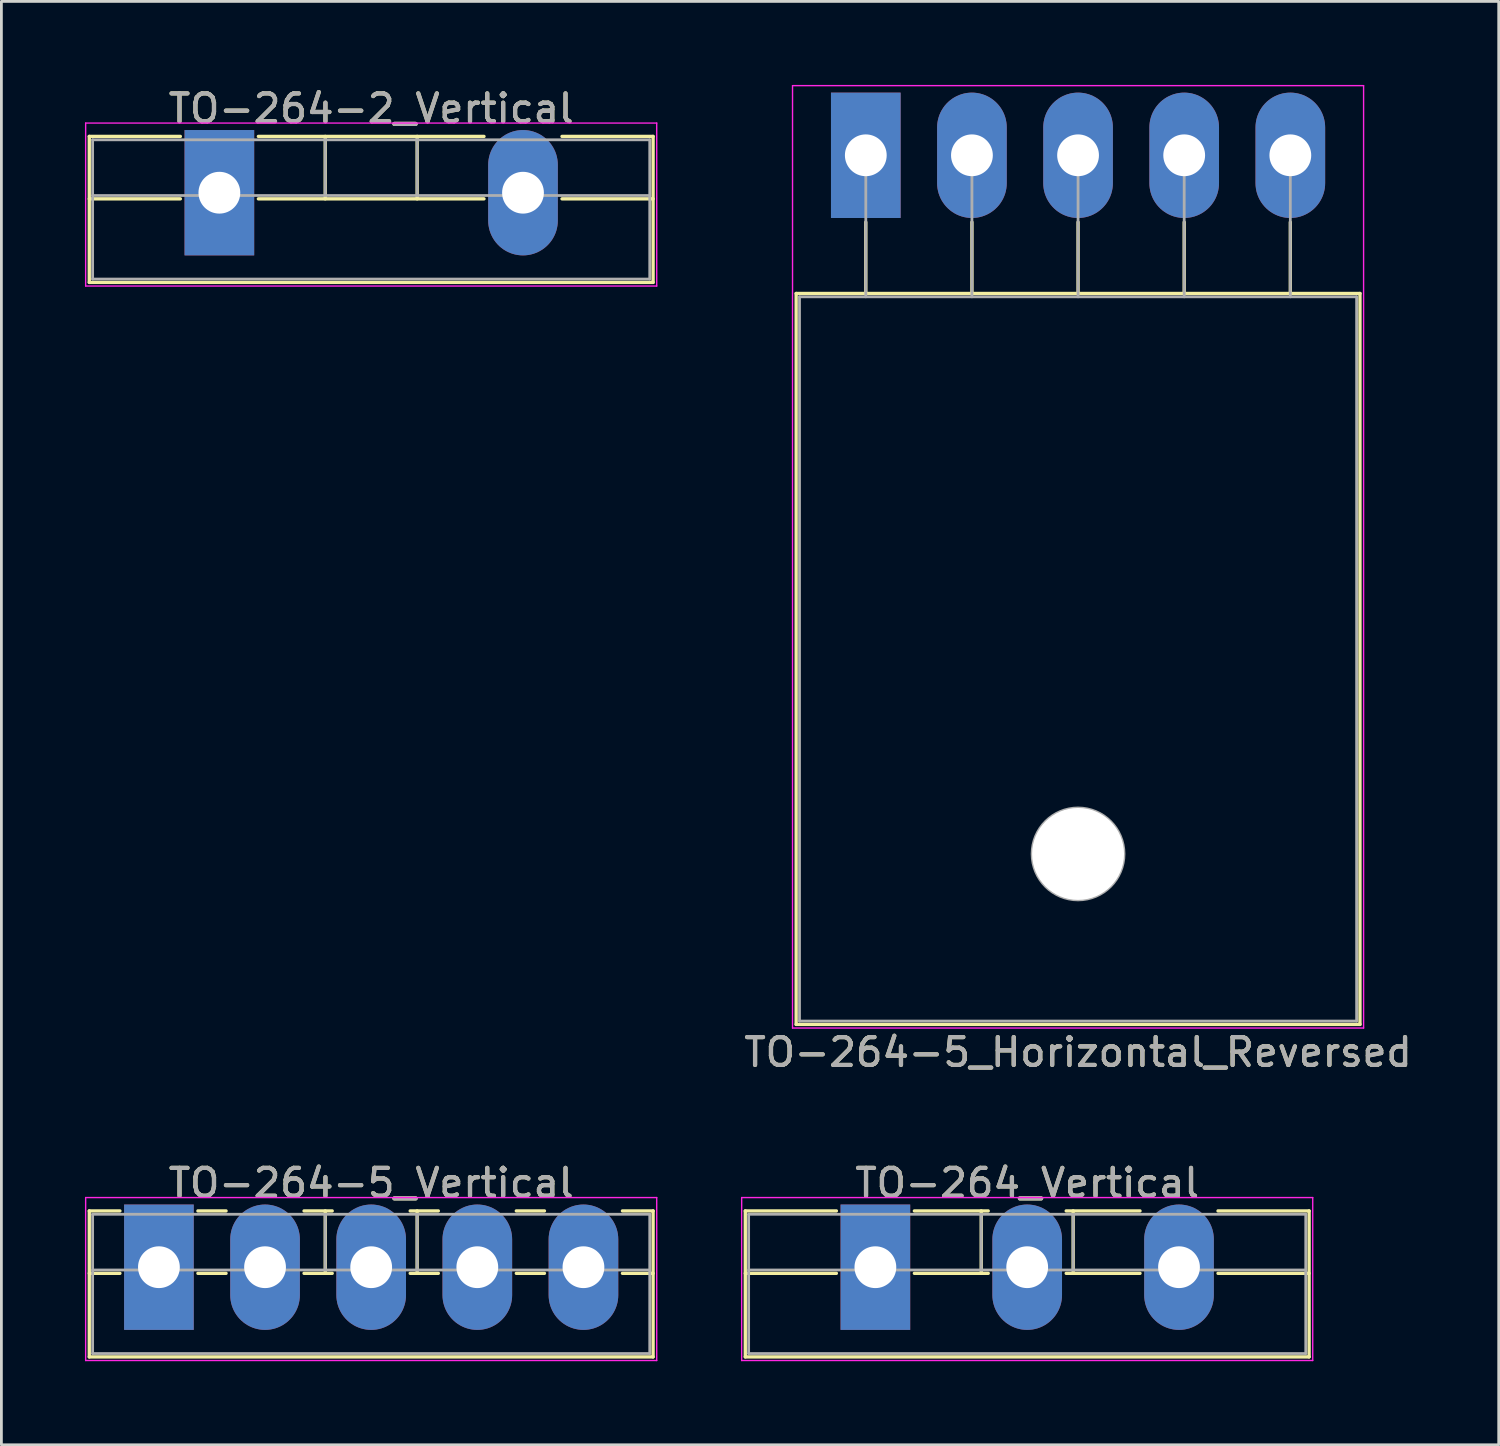
<source format=kicad_pcb>
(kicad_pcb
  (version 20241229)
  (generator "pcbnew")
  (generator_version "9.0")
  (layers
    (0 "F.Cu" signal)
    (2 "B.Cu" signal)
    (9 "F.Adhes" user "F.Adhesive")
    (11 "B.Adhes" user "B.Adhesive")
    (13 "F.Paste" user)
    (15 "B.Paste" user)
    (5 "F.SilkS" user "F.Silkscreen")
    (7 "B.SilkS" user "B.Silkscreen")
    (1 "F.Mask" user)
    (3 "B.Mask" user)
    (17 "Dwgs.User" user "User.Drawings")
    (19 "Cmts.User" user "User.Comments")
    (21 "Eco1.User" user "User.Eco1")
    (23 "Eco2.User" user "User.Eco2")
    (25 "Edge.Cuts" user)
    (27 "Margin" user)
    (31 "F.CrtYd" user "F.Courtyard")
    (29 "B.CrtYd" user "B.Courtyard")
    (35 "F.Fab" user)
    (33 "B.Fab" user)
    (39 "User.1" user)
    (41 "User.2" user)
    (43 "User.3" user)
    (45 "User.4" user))
  (footprint "TO-264-5_Vertical"
    (layer "F.Cu")
    (at 2.655 42.441)
    (property "Reference" "TO-264-5_Vertical" (at 7.62 -3.02 0) (layer "F.SilkS") (effects (font (size 1 1) (thickness 0.15))))
    (attr through_hole)
    (fp_line (start -2.5 -2.021) (end -2.5 3.22) (stroke (width 0.12) (type solid)) (layer "F.SilkS"))
    (fp_line (start -2.5 -2.021) (end -1.4 -2.021) (stroke (width 0.12) (type solid)) (layer "F.SilkS"))
    (fp_line (start -2.5 0.22) (end -1.4 0.22) (stroke (width 0.12) (type solid)) (layer "F.SilkS"))
    (fp_line (start -2.5 3.22) (end 17.74 3.22) (stroke (width 0.12) (type solid)) (layer "F.SilkS"))
    (fp_line (start 1.4 -2.021) (end 2.41 -2.021) (stroke (width 0.12) (type solid)) (layer "F.SilkS"))
    (fp_line (start 1.4 0.22) (end 2.41 0.22) (stroke (width 0.12) (type solid)) (layer "F.SilkS"))
    (fp_line (start 5.21 -2.021) (end 6.221 -2.021) (stroke (width 0.12) (type solid)) (layer "F.SilkS"))
    (fp_line (start 5.21 0.22) (end 6.221 0.22) (stroke (width 0.12) (type solid)) (layer "F.SilkS"))
    (fp_line (start 5.971 -2.021) (end 5.971 0.22) (stroke (width 0.12) (type solid)) (layer "F.SilkS"))
    (fp_line (start 9.02 -2.021) (end 10.03 -2.021) (stroke (width 0.12) (type solid)) (layer "F.SilkS"))
    (fp_line (start 9.02 0.22) (end 10.03 0.22) (stroke (width 0.12) (type solid)) (layer "F.SilkS"))
    (fp_line (start 9.27 -2.021) (end 9.27 0.22) (stroke (width 0.12) (type solid)) (layer "F.SilkS"))
    (fp_line (start 12.83 -2.021) (end 13.84 -2.021) (stroke (width 0.12) (type solid)) (layer "F.SilkS"))
    (fp_line (start 12.83 0.22) (end 13.84 0.22) (stroke (width 0.12) (type solid)) (layer "F.SilkS"))
    (fp_line (start 16.64 -2.021) (end 17.74 -2.021) (stroke (width 0.12) (type solid)) (layer "F.SilkS"))
    (fp_line (start 16.64 0.22) (end 17.74 0.22) (stroke (width 0.12) (type solid)) (layer "F.SilkS"))
    (fp_line (start 17.74 -2.021) (end 17.74 3.22) (stroke (width 0.12) (type solid)) (layer "F.SilkS"))
    (fp_line (start -2.63 -2.5) (end -2.63 3.35) (stroke (width 0.05) (type solid)) (layer "F.CrtYd"))
    (fp_line (start -2.63 3.35) (end 17.87 3.35) (stroke (width 0.05) (type solid)) (layer "F.CrtYd"))
    (fp_line (start 17.87 -2.5) (end -2.63 -2.5) (stroke (width 0.05) (type solid)) (layer "F.CrtYd"))
    (fp_line (start 17.87 3.35) (end 17.87 -2.5) (stroke (width 0.05) (type solid)) (layer "F.CrtYd"))
    (fp_line (start -2.38 -1.9) (end -2.38 3.1) (stroke (width 0.1) (type solid)) (layer "F.Fab"))
    (fp_line (start -2.38 0.1) (end 17.62 0.1) (stroke (width 0.1) (type solid)) (layer "F.Fab"))
    (fp_line (start -2.38 3.1) (end 17.62 3.1) (stroke (width 0.1) (type solid)) (layer "F.Fab"))
    (fp_line (start 5.97 -1.9) (end 5.97 0.1) (stroke (width 0.1) (type solid)) (layer "F.Fab"))
    (fp_line (start 9.27 -1.9) (end 9.27 0.1) (stroke (width 0.1) (type solid)) (layer "F.Fab"))
    (fp_line (start 17.62 -1.9) (end -2.38 -1.9) (stroke (width 0.1) (type solid)) (layer "F.Fab"))
    (fp_line (start 17.62 3.1) (end 17.62 -1.9) (stroke (width 0.1) (type solid)) (layer "F.Fab"))
    (fp_text user "${REFERENCE}" (at 7.62 -3.02 0) (layer "F.Fab") (effects (font (size 1 1) (thickness 0.15))))
    (pad "1" thru_hole rect (at 0 0) (size 2.5 4.5) (drill 1.5) (layers "*.Cu" "*.Mask"))
    (pad "2" thru_hole oval (at 3.81 0) (size 2.5 4.5) (drill 1.5) (layers "*.Cu" "*.Mask"))
    (pad "3" thru_hole oval (at 7.62 0) (size 2.5 4.5) (drill 1.5) (layers "*.Cu" "*.Mask"))
    (pad "4" thru_hole oval (at 11.43 0) (size 2.5 4.5) (drill 1.5) (layers "*.Cu" "*.Mask"))
    (pad "5" thru_hole oval (at 15.24 0) (size 2.5 4.5) (drill 1.5) (layers "*.Cu" "*.Mask")))
  (footprint "TO-264_Vertical"
    (layer "F.Cu")
    (at 28.375 42.441)
    (property "Reference" "TO-264_Vertical" (at 5.45 -3.02 0) (layer "F.SilkS") (effects (font (size 1 1) (thickness 0.15))))
    (attr through_hole)
    (fp_line (start -4.67 -2.021) (end -4.67 3.22) (stroke (width 0.12) (type solid)) (layer "F.SilkS"))
    (fp_line (start -4.67 -2.021) (end -1.4 -2.021) (stroke (width 0.12) (type solid)) (layer "F.SilkS"))
    (fp_line (start -4.67 0.22) (end -1.4 0.22) (stroke (width 0.12) (type solid)) (layer "F.SilkS"))
    (fp_line (start -4.67 3.22) (end 15.57 3.22) (stroke (width 0.12) (type solid)) (layer "F.SilkS"))
    (fp_line (start 1.4 -2.021) (end 4.051 -2.021) (stroke (width 0.12) (type solid)) (layer "F.SilkS"))
    (fp_line (start 1.4 0.22) (end 4.051 0.22) (stroke (width 0.12) (type solid)) (layer "F.SilkS"))
    (fp_line (start 3.8 -2.021) (end 3.8 0.22) (stroke (width 0.12) (type solid)) (layer "F.SilkS"))
    (fp_line (start 6.85 -2.021) (end 9.5 -2.021) (stroke (width 0.12) (type solid)) (layer "F.SilkS"))
    (fp_line (start 6.85 0.22) (end 9.5 0.22) (stroke (width 0.12) (type solid)) (layer "F.SilkS"))
    (fp_line (start 7.1 -2.021) (end 7.1 0.22) (stroke (width 0.12) (type solid)) (layer "F.SilkS"))
    (fp_line (start 12.3 -2.021) (end 15.57 -2.021) (stroke (width 0.12) (type solid)) (layer "F.SilkS"))
    (fp_line (start 12.3 0.22) (end 15.57 0.22) (stroke (width 0.12) (type solid)) (layer "F.SilkS"))
    (fp_line (start 15.57 -2.021) (end 15.57 3.22) (stroke (width 0.12) (type solid)) (layer "F.SilkS"))
    (fp_line (start -4.8 -2.5) (end -4.8 3.35) (stroke (width 0.05) (type solid)) (layer "F.CrtYd"))
    (fp_line (start -4.8 3.35) (end 15.7 3.35) (stroke (width 0.05) (type solid)) (layer "F.CrtYd"))
    (fp_line (start 15.7 -2.5) (end -4.8 -2.5) (stroke (width 0.05) (type solid)) (layer "F.CrtYd"))
    (fp_line (start 15.7 3.35) (end 15.7 -2.5) (stroke (width 0.05) (type solid)) (layer "F.CrtYd"))
    (fp_line (start -4.55 -1.9) (end -4.55 3.1) (stroke (width 0.1) (type solid)) (layer "F.Fab"))
    (fp_line (start -4.55 0.1) (end 15.45 0.1) (stroke (width 0.1) (type solid)) (layer "F.Fab"))
    (fp_line (start -4.55 3.1) (end 15.45 3.1) (stroke (width 0.1) (type solid)) (layer "F.Fab"))
    (fp_line (start 3.8 -1.9) (end 3.8 0.1) (stroke (width 0.1) (type solid)) (layer "F.Fab"))
    (fp_line (start 7.1 -1.9) (end 7.1 0.1) (stroke (width 0.1) (type solid)) (layer "F.Fab"))
    (fp_line (start 15.45 -1.9) (end -4.55 -1.9) (stroke (width 0.1) (type solid)) (layer "F.Fab"))
    (fp_line (start 15.45 3.1) (end 15.45 -1.9) (stroke (width 0.1) (type solid)) (layer "F.Fab"))
    (fp_text user "${REFERENCE}" (at 5.45 -3.02 0) (layer "F.Fab") (effects (font (size 1 1) (thickness 0.15))))
    (pad "1" thru_hole rect (at 0 0) (size 2.5 4.5) (drill 1.5) (layers "*.Cu" "*.Mask"))
    (pad "2" thru_hole oval (at 5.45 0) (size 2.5 4.5) (drill 1.5) (layers "*.Cu" "*.Mask"))
    (pad "3" thru_hole oval (at 10.9 0) (size 2.5 4.5) (drill 1.5) (layers "*.Cu" "*.Mask")))
  (footprint "TO-264-5_Horizontal_Reversed"
    (layer "F.Cu")
    (at 28.031 2.525)
    (property "Reference" "TO-264-5_Horizontal_Reversed" (at 7.62 32.2 0) (layer "F.SilkS") (effects (font (size 1 1) (thickness 0.15))))
    (attr through_hole)
    (fp_line (start -2.5 4.96) (end -2.5 31.2) (stroke (width 0.12) (type solid)) (layer "F.SilkS"))
    (fp_line (start -2.5 4.96) (end 17.74 4.96) (stroke (width 0.12) (type solid)) (layer "F.SilkS"))
    (fp_line (start -2.5 31.2) (end 17.74 31.2) (stroke (width 0.12) (type solid)) (layer "F.SilkS"))
    (fp_line (start 0 2.4) (end 0 4.96) (stroke (width 0.12) (type solid)) (layer "F.SilkS"))
    (fp_line (start 3.81 2.4) (end 3.81 4.96) (stroke (width 0.12) (type solid)) (layer "F.SilkS"))
    (fp_line (start 7.62 2.4) (end 7.62 4.96) (stroke (width 0.12) (type solid)) (layer "F.SilkS"))
    (fp_line (start 11.43 2.4) (end 11.43 4.96) (stroke (width 0.12) (type solid)) (layer "F.SilkS"))
    (fp_line (start 15.24 2.4) (end 15.24 4.96) (stroke (width 0.12) (type solid)) (layer "F.SilkS"))
    (fp_line (start 17.74 4.96) (end 17.74 31.2) (stroke (width 0.12) (type solid)) (layer "F.SilkS"))
    (fp_line (start -2.63 -2.5) (end -2.63 31.33) (stroke (width 0.05) (type solid)) (layer "F.CrtYd"))
    (fp_line (start -2.63 31.33) (end 17.87 31.33) (stroke (width 0.05) (type solid)) (layer "F.CrtYd"))
    (fp_line (start 17.87 -2.5) (end -2.63 -2.5) (stroke (width 0.05) (type solid)) (layer "F.CrtYd"))
    (fp_line (start 17.87 31.33) (end 17.87 -2.5) (stroke (width 0.05) (type solid)) (layer "F.CrtYd"))
    (fp_line (start -2.38 5.08) (end -2.38 31.08) (stroke (width 0.1) (type solid)) (layer "F.Fab"))
    (fp_line (start -2.38 31.08) (end 17.62 31.08) (stroke (width 0.1) (type solid)) (layer "F.Fab"))
    (fp_line (start 0 5.08) (end 0 0) (stroke (width 0.1) (type solid)) (layer "F.Fab"))
    (fp_line (start 3.81 5.08) (end 3.81 0) (stroke (width 0.1) (type solid)) (layer "F.Fab"))
    (fp_line (start 7.62 5.08) (end 7.62 0) (stroke (width 0.1) (type solid)) (layer "F.Fab"))
    (fp_line (start 11.43 5.08) (end 11.43 0) (stroke (width 0.1) (type solid)) (layer "F.Fab"))
    (fp_line (start 15.24 5.08) (end 15.24 0) (stroke (width 0.1) (type solid)) (layer "F.Fab"))
    (fp_line (start 17.62 5.08) (end -2.38 5.08) (stroke (width 0.1) (type solid)) (layer "F.Fab"))
    (fp_line (start 17.62 31.08) (end 17.62 5.08) (stroke (width 0.1) (type solid)) (layer "F.Fab"))
    (fp_circle (center 7.62 25.08) (end 9.27 25.08) (stroke (width 0.1) (type solid)) (fill no) (layer "F.Fab"))
    (fp_text user "${REFERENCE}" (at 7.62 32.2 0) (layer "F.Fab") (effects (font (size 1 1) (thickness 0.15))))
    (pad "" np_thru_hole oval (at 7.62 25.08) (size 3.3 3.3) (drill 3.3) (layers "*.Cu" "*.Mask"))
    (pad "1" thru_hole rect (at 0 0) (size 2.5 4.5) (drill 1.5) (layers "*.Cu" "*.Mask"))
    (pad "2" thru_hole oval (at 3.81 0) (size 2.5 4.5) (drill 1.5) (layers "*.Cu" "*.Mask"))
    (pad "3" thru_hole oval (at 7.62 0) (size 2.5 4.5) (drill 1.5) (layers "*.Cu" "*.Mask"))
    (pad "4" thru_hole oval (at 11.43 0) (size 2.5 4.5) (drill 1.5) (layers "*.Cu" "*.Mask"))
    (pad "5" thru_hole oval (at 15.24 0) (size 2.5 4.5) (drill 1.5) (layers "*.Cu" "*.Mask")))
  (footprint "TO-264-2_Vertical"
    (layer "F.Cu")
    (at 4.825 3.868)
    (property "Reference" "TO-264-2_Vertical" (at 5.45 -3.02 0) (layer "F.SilkS") (effects (font (size 1 1) (thickness 0.15))))
    (attr through_hole)
    (fp_line (start -4.67 -2.021) (end -4.67 3.22) (stroke (width 0.12) (type solid)) (layer "F.SilkS"))
    (fp_line (start -4.67 -2.021) (end -1.4 -2.021) (stroke (width 0.12) (type solid)) (layer "F.SilkS"))
    (fp_line (start -4.67 0.22) (end -1.4 0.22) (stroke (width 0.12) (type solid)) (layer "F.SilkS"))
    (fp_line (start -4.67 3.22) (end 15.57 3.22) (stroke (width 0.12) (type solid)) (layer "F.SilkS"))
    (fp_line (start 1.4 -2.021) (end 9.5 -2.021) (stroke (width 0.12) (type solid)) (layer "F.SilkS"))
    (fp_line (start 1.4 0.22) (end 9.5 0.22) (stroke (width 0.12) (type solid)) (layer "F.SilkS"))
    (fp_line (start 3.8 -2.021) (end 3.8 0.22) (stroke (width 0.12) (type solid)) (layer "F.SilkS"))
    (fp_line (start 7.1 -2.021) (end 7.1 0.22) (stroke (width 0.12) (type solid)) (layer "F.SilkS"))
    (fp_line (start 12.3 -2.021) (end 15.57 -2.021) (stroke (width 0.12) (type solid)) (layer "F.SilkS"))
    (fp_line (start 12.3 0.22) (end 15.57 0.22) (stroke (width 0.12) (type solid)) (layer "F.SilkS"))
    (fp_line (start 15.57 -2.021) (end 15.57 3.22) (stroke (width 0.12) (type solid)) (layer "F.SilkS"))
    (fp_line (start -4.8 -2.5) (end -4.8 3.35) (stroke (width 0.05) (type solid)) (layer "F.CrtYd"))
    (fp_line (start -4.8 3.35) (end 15.7 3.35) (stroke (width 0.05) (type solid)) (layer "F.CrtYd"))
    (fp_line (start 15.7 -2.5) (end -4.8 -2.5) (stroke (width 0.05) (type solid)) (layer "F.CrtYd"))
    (fp_line (start 15.7 3.35) (end 15.7 -2.5) (stroke (width 0.05) (type solid)) (layer "F.CrtYd"))
    (fp_line (start -4.55 -1.9) (end -4.55 3.1) (stroke (width 0.1) (type solid)) (layer "F.Fab"))
    (fp_line (start -4.55 0.1) (end 15.45 0.1) (stroke (width 0.1) (type solid)) (layer "F.Fab"))
    (fp_line (start -4.55 3.1) (end 15.45 3.1) (stroke (width 0.1) (type solid)) (layer "F.Fab"))
    (fp_line (start 3.8 -1.9) (end 3.8 0.1) (stroke (width 0.1) (type solid)) (layer "F.Fab"))
    (fp_line (start 7.1 -1.9) (end 7.1 0.1) (stroke (width 0.1) (type solid)) (layer "F.Fab"))
    (fp_line (start 15.45 -1.9) (end -4.55 -1.9) (stroke (width 0.1) (type solid)) (layer "F.Fab"))
    (fp_line (start 15.45 3.1) (end 15.45 -1.9) (stroke (width 0.1) (type solid)) (layer "F.Fab"))
    (fp_text user "${REFERENCE}" (at 5.45 -3.02 0) (layer "F.Fab") (effects (font (size 1 1) (thickness 0.15))))
    (pad "1" thru_hole rect (at 0 0) (size 2.5 4.5) (drill 1.5) (layers "*.Cu" "*.Mask"))
    (pad "2" thru_hole oval (at 10.9 0) (size 2.5 4.5) (drill 1.5) (layers "*.Cu" "*.Mask")))
  (gr_rect
    (start -3 -3)
    (end 50.752 48.816)
    (stroke (width 0.1) (type default))
    (fill no)
    (layer "Edge.Cuts")))
</source>
